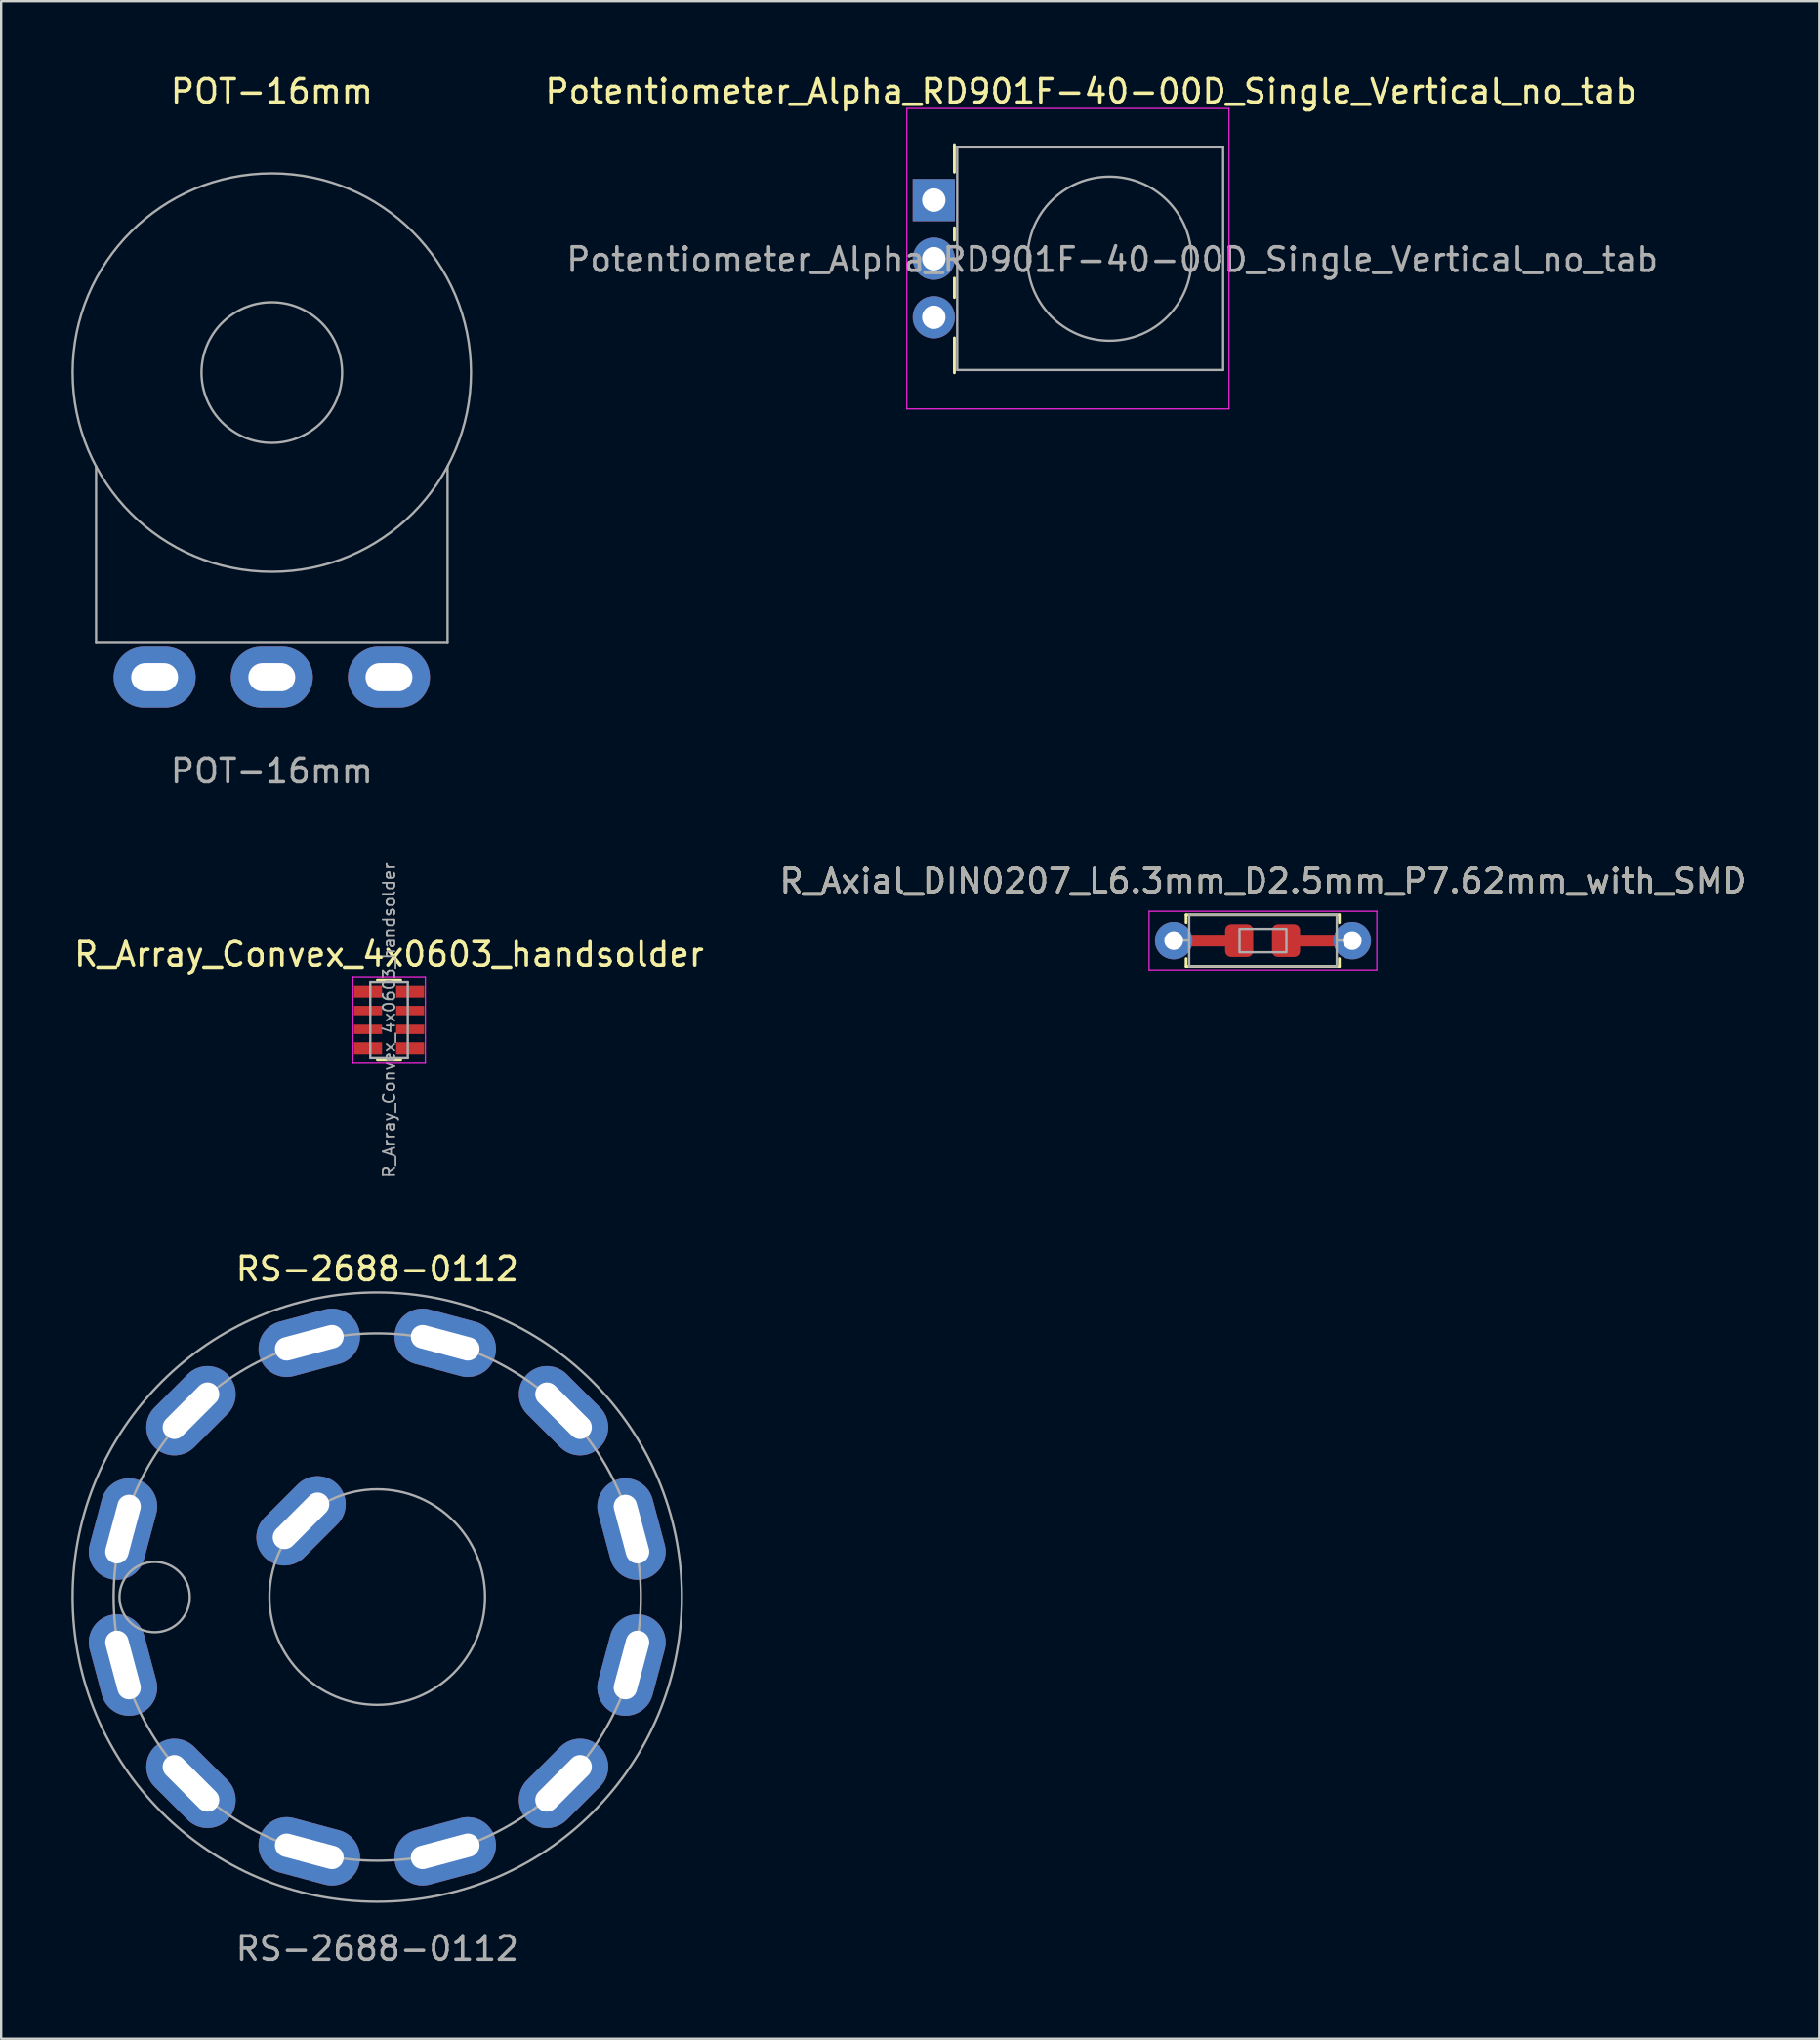
<source format=kicad_pcb>
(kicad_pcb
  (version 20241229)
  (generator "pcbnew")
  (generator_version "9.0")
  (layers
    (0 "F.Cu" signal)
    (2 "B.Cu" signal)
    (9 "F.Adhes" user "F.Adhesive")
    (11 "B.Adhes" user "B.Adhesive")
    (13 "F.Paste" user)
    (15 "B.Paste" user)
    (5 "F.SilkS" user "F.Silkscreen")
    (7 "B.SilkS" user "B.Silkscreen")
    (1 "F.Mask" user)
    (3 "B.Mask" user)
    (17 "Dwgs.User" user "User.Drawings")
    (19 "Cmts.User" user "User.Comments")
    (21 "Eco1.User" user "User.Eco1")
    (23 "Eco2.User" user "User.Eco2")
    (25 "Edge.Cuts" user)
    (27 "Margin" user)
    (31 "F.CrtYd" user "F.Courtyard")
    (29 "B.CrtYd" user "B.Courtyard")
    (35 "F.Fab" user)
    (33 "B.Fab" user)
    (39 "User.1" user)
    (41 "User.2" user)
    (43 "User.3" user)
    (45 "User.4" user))
  (footprint "POT-16mm"
    (layer "F.Cu")
    (at 8.55 12.848)
    (property "Reference" "POT-16mm" (at 0 -12 0) (unlocked yes) (layer "F.SilkS") (effects (font (size 1 1) (thickness 0.15))))
    (attr through_hole)
    (fp_line (start -7.5 11.5) (end -7.5 4) (stroke (width 0.1) (type solid)) (layer "F.Fab"))
    (fp_line (start 7.5 4) (end 7.5 11.5) (stroke (width 0.1) (type solid)) (layer "F.Fab"))
    (fp_line (start 7.5 11.5) (end -7.5 11.5) (stroke (width 0.1) (type solid)) (layer "F.Fab"))
    (fp_circle (center 0 0) (end 3 0) (stroke (width 0.1) (type solid)) (fill no) (layer "F.Fab"))
    (fp_circle (center 0 0) (end 8.5 0) (stroke (width 0.1) (type solid)) (fill no) (layer "F.Fab"))
    (fp_text user "${REFERENCE}" (at 0 17 0) (unlocked yes) (layer "F.Fab") (effects (font (size 1 1) (thickness 0.15))))
    (pad "1" thru_hole oval (at -5 13) (size 3.5 2.6) (drill oval 2 1.2) (layers "*.Cu" "*.Mask"))
    (pad "2" thru_hole oval (at 0 13) (size 3.5 2.6) (drill oval 2 1.2) (layers "*.Cu" "*.Mask"))
    (pad "3" thru_hole oval (at 5 13) (size 3.5 2.6) (drill oval 2 1.2) (layers "*.Cu" "*.Mask")))
  (footprint "Potentiometer_Alpha_RD901F-40-00D_Single_Vertical_no_tab"
    (layer "F.Cu")
    (at 36.801 5.488)
    (property "Reference" "Potentiometer_Alpha_RD901F-40-00D_Single_Vertical_no_tab" (at 6.71 -4.64 180) (layer "F.SilkS") (effects (font (size 1 1) (thickness 0.15))))
    (attr through_hole)
    (fp_line (start 0.88 -1.19) (end 0.88 -2.37) (stroke (width 0.12) (type solid)) (layer "F.SilkS"))
    (fp_line (start 0.88 1.71) (end 0.88 1.18) (stroke (width 0.12) (type solid)) (layer "F.SilkS"))
    (fp_line (start 0.88 4.16) (end 0.88 3.33) (stroke (width 0.12) (type solid)) (layer "F.SilkS"))
    (fp_line (start 0.88 7.37) (end 0.88 5.88) (stroke (width 0.12) (type solid)) (layer "F.SilkS"))
    (fp_line (start -1.15 -3.91) (end -1.15 8.91) (stroke (width 0.05) (type solid)) (layer "F.CrtYd"))
    (fp_line (start -1.15 8.91) (end 12.6 8.91) (stroke (width 0.05) (type solid)) (layer "F.CrtYd"))
    (fp_line (start 12.6 -3.91) (end -1.15 -3.91) (stroke (width 0.05) (type solid)) (layer "F.CrtYd"))
    (fp_line (start 12.6 8.91) (end 12.6 -3.91) (stroke (width 0.05) (type solid)) (layer "F.CrtYd"))
    (fp_line (start 1 -2.25) (end 12.35 -2.25) (stroke (width 0.1) (type solid)) (layer "F.Fab"))
    (fp_line (start 1 7.25) (end 1 -2.25) (stroke (width 0.1) (type solid)) (layer "F.Fab"))
    (fp_line (start 1 7.25) (end 12.35 7.25) (stroke (width 0.1) (type solid)) (layer "F.Fab"))
    (fp_line (start 12.35 7.25) (end 12.35 -2.25) (stroke (width 0.1) (type solid)) (layer "F.Fab"))
    (fp_circle (center 7.5 2.5) (end 7.5 -1) (stroke (width 0.1) (type solid)) (fill no) (layer "F.Fab"))
    (fp_text user "${REFERENCE}" (at 7.62 2.54 0) (layer "F.Fab") (effects (font (size 1 1) (thickness 0.15))))
    (pad "1" thru_hole rect (at 0 0 90) (size 1.8 1.8) (drill 1) (layers "*.Cu" "*.Mask"))
    (pad "2" thru_hole circle (at 0 2.5 90) (size 1.8 1.8) (drill 1) (layers "*.Cu" "*.Mask"))
    (pad "3" thru_hole circle (at 0 5 90) (size 1.8 1.8) (drill 1) (layers "*.Cu" "*.Mask")))
  (footprint "R_Array_Convex_4x0603_handsolder"
    (layer "F.Cu")
    (at 13.554 40.473)
    (property "Reference" "R_Array_Convex_4x0603_handsolder" (at 0 -2.8 0) (layer "F.SilkS") (effects (font (size 1 1) (thickness 0.15))))
    (attr smd)
    (fp_line (start 0.5 -1.68) (end -0.5 -1.68) (stroke (width 0.12) (type solid)) (layer "F.SilkS"))
    (fp_line (start 0.5 1.68) (end -0.5 1.68) (stroke (width 0.12) (type solid)) (layer "F.SilkS"))
    (fp_line (start -1.55 -1.85) (end -1.55 1.85) (stroke (width 0.05) (type solid)) (layer "F.CrtYd"))
    (fp_line (start -1.55 -1.85) (end 1.55 -1.85) (stroke (width 0.05) (type solid)) (layer "F.CrtYd"))
    (fp_line (start 1.55 1.85) (end -1.55 1.85) (stroke (width 0.05) (type solid)) (layer "F.CrtYd"))
    (fp_line (start 1.55 1.85) (end 1.55 -1.85) (stroke (width 0.05) (type solid)) (layer "F.CrtYd"))
    (fp_line (start -0.8 -1.6) (end 0.8 -1.6) (stroke (width 0.1) (type solid)) (layer "F.Fab"))
    (fp_line (start -0.8 1.6) (end -0.8 -1.6) (stroke (width 0.1) (type solid)) (layer "F.Fab"))
    (fp_line (start 0.8 -1.6) (end 0.8 1.6) (stroke (width 0.1) (type solid)) (layer "F.Fab"))
    (fp_line (start 0.8 1.6) (end -0.8 1.6) (stroke (width 0.1) (type solid)) (layer "F.Fab"))
    (fp_text user "${REFERENCE}" (at 0 0 90) (layer "F.Fab") (effects (font (size 0.5 0.5) (thickness 0.075))))
    (pad "1" smd rect (at -0.9 -1.2) (size 1.2 0.5) (layers "F.Cu" "F.Mask" "F.Paste"))
    (pad "2" smd rect (at -0.9 -0.4) (size 1.2 0.4) (layers "F.Cu" "F.Mask" "F.Paste"))
    (pad "3" smd rect (at -0.9 0.4) (size 1.2 0.4) (layers "F.Cu" "F.Mask" "F.Paste"))
    (pad "4" smd rect (at -0.9 1.2) (size 1.2 0.5) (layers "F.Cu" "F.Mask" "F.Paste"))
    (pad "5" smd rect (at 0.9 1.2) (size 1.2 0.5) (layers "F.Cu" "F.Mask" "F.Paste"))
    (pad "6" smd rect (at 0.9 0.4) (size 1.2 0.4) (layers "F.Cu" "F.Mask" "F.Paste"))
    (pad "7" smd rect (at 0.9 -0.4) (size 1.2 0.4) (layers "F.Cu" "F.Mask" "F.Paste"))
    (pad "8" smd rect (at 0.9 -1.2) (size 1.2 0.5) (layers "F.Cu" "F.Mask" "F.Paste")))
  (footprint "RS-2688-0112"
    (layer "F.Cu")
    (at 13.05 65.098)
    (property "Reference" "RS-2688-0112" (at 0 -14 0) (unlocked yes) (layer "F.SilkS") (effects (font (size 1 1) (thickness 0.15))))
    (attr through_hole)
    (fp_circle (center -9.5 0) (end -8 0) (stroke (width 0.1) (type solid)) (fill no) (layer "F.Fab"))
    (fp_circle (center 0 0) (end 4.6 0) (stroke (width 0.1) (type solid)) (fill no) (layer "F.Fab"))
    (fp_circle (center 0 0) (end 11.25 0) (stroke (width 0.1) (type solid)) (fill no) (layer "F.Fab"))
    (fp_circle (center 0 0) (end 13 0) (stroke (width 0.1) (type solid)) (fill no) (layer "F.Fab"))
    (fp_line (start 7.95 0) (end 7.95 7.95) (stroke (width 0.12) (type solid)) (layer "User.2"))
    (fp_line (start 7.95 7.95) (end 0 7.95) (stroke (width 0.12) (type solid)) (layer "User.2"))
    (fp_rect (start 3.253 3.253) (end 0 0) (stroke (width 0.12) (type solid)) (fill no) (layer "User.2"))
    (fp_rect (start 7.95 7.95) (end -7.95 -7.95) (stroke (width 0.12) (type solid)) (fill no) (layer "User.2"))
    (fp_arc (start 4.6 0) (mid 4.249846 1.760344) (end 3.252691 3.252691) (stroke (width 0.12) (type solid)) (layer "User.2"))
    (fp_arc (start 11.25 0) (mid 8.924127 6.849996) (end 2.908231 10.867598) (stroke (width 0.12) (type solid)) (layer "User.2"))
    (fp_arc (start 11.25 0) (mid 10.393645 4.305189) (end 7.954951 7.954951) (stroke (width 0.12) (type solid)) (layer "User.2"))
    (fp_arc (start 11.25 0) (mid 11.17147 1.375271) (end 10.914103 2.728526) (stroke (width 0.12) (type solid)) (layer "User.2"))
    (fp_text user "${REFERENCE}" (at 0 15 0) (unlocked yes) (layer "F.Fab") (effects (font (size 1 1) (thickness 0.15))))
    (pad "1" thru_hole oval (at -10.85 -2.9 165) (size 2.4 4.4) (drill oval 1 3) (layers "*.Cu" "*.Mask"))
    (pad "2" thru_hole oval (at -7.95 -7.95 135) (size 2.4 4.4) (drill oval 1 3) (layers "*.Cu" "*.Mask"))
    (pad "3" thru_hole oval (at -2.9 -10.85 105) (size 2.4 4.4) (drill oval 1 3) (layers "*.Cu" "*.Mask"))
    (pad "4" thru_hole oval (at 2.9 -10.85 75) (size 2.4 4.4) (drill oval 1 3) (layers "*.Cu" "*.Mask"))
    (pad "5" thru_hole oval (at 7.95 -7.95 45) (size 2.4 4.4) (drill oval 1 3) (layers "*.Cu" "*.Mask"))
    (pad "6" thru_hole oval (at 10.85 -2.9 15) (size 2.4 4.4) (drill oval 1 3) (layers "*.Cu" "*.Mask"))
    (pad "7" thru_hole oval (at 10.85 2.9 345) (size 2.4 4.4) (drill oval 1 3) (layers "*.Cu" "*.Mask"))
    (pad "8" thru_hole oval (at 7.95 7.95 315) (size 2.4 4.4) (drill oval 1 3) (layers "*.Cu" "*.Mask"))
    (pad "9" thru_hole oval (at 2.9 10.85 285) (size 2.4 4.4) (drill oval 1 3) (layers "*.Cu" "*.Mask"))
    (pad "10" thru_hole oval (at -2.9 10.85 255) (size 2.4 4.4) (drill oval 1 3) (layers "*.Cu" "*.Mask"))
    (pad "11" thru_hole oval (at -7.95 7.95 225) (size 2.4 4.4) (drill oval 1 3) (layers "*.Cu" "*.Mask"))
    (pad "12" thru_hole oval (at -10.85 2.9 195) (size 2.4 4.4) (drill oval 1 3) (layers "*.Cu" "*.Mask"))
    (pad "13" thru_hole oval (at -3.253 -3.253 315) (size 2.4 4.4) (drill oval 1 3) (layers "*.Cu" "*.Mask")))
  (footprint "R_Axial_DIN0207_L6.3mm_D2.5mm_P7.62mm_with_SMD"
    (layer "F.Cu")
    (at 47.041 37.085)
    (property "Reference" "R_Axial_DIN0207_L6.3mm_D2.5mm_P7.62mm_with_SMD" (at 3.81 -2.54 0) (layer "F.SilkS") (effects (font (size 1 1) (thickness 0.15))))
    (attr through_hole)
    (fp_line (start 0.53 -1.1) (end 7.07 -1.1) (stroke (width 0.12) (type solid)) (layer "F.SilkS"))
    (fp_line (start 0.53 -0.77) (end 0.53 -1.1) (stroke (width 0.12) (type solid)) (layer "F.SilkS"))
    (fp_line (start 0.53 0.77) (end 0.53 1.1) (stroke (width 0.12) (type solid)) (layer "F.SilkS"))
    (fp_line (start 0.53 1.1) (end 7.07 1.1) (stroke (width 0.12) (type solid)) (layer "F.SilkS"))
    (fp_line (start 7.07 -1.1) (end 7.07 -0.77) (stroke (width 0.12) (type solid)) (layer "F.SilkS"))
    (fp_line (start 7.07 1.1) (end 7.07 0.77) (stroke (width 0.12) (type solid)) (layer "F.SilkS"))
    (fp_line (start -1.05 -1.25) (end -1.05 1.25) (stroke (width 0.05) (type solid)) (layer "F.CrtYd"))
    (fp_line (start -1.05 1.25) (end 8.67 1.25) (stroke (width 0.05) (type solid)) (layer "F.CrtYd"))
    (fp_line (start 8.67 -1.25) (end -1.05 -1.25) (stroke (width 0.05) (type solid)) (layer "F.CrtYd"))
    (fp_line (start 8.67 1.25) (end 8.67 -1.25) (stroke (width 0.05) (type solid)) (layer "F.CrtYd"))
    (fp_line (start 0 0) (end 0.66 0) (stroke (width 0.1) (type solid)) (layer "F.Fab"))
    (fp_line (start 0.66 -1.1) (end 0.66 1.1) (stroke (width 0.1) (type solid)) (layer "F.Fab"))
    (fp_line (start 0.66 1.1) (end 6.96 1.1) (stroke (width 0.1) (type solid)) (layer "F.Fab"))
    (fp_line (start 6.96 -1.1) (end 0.66 -1.1) (stroke (width 0.1) (type solid)) (layer "F.Fab"))
    (fp_line (start 6.96 1.1) (end 6.96 -1.1) (stroke (width 0.1) (type solid)) (layer "F.Fab"))
    (fp_line (start 7.62 0) (end 6.96 0) (stroke (width 0.1) (type solid)) (layer "F.Fab"))
    (fp_rect (start 2.81 -0.5) (end 4.81 0.5) (stroke (width 0.1) (type solid)) (fill no) (layer "F.Fab"))
    (fp_text user "${REFERENCE}" (at 3.81 -2.54 0) (layer "F.Fab") (effects (font (size 1 1) (thickness 0.15))))
    (pad "1" thru_hole circle (at 0 0) (size 1.6 1.6) (drill 0.8) (layers "*.Cu" "*.Mask"))
    (pad "1" smd rect (at 1.5 0) (size 2 0.5) (layers "F.Cu" "F.Paste"))
    (pad "1" smd roundrect (at 2.794 0) (size 1.2 1.4) (layers "F.Cu" "F.Mask" "F.Paste") (roundrect_rratio 0.208))
    (pad "2" smd roundrect (at 4.794 0) (size 1.2 1.4) (layers "F.Cu" "F.Mask" "F.Paste") (roundrect_rratio 0.208))
    (pad "2" smd rect (at 6 0) (size 2 0.5) (layers "F.Cu" "F.Paste"))
    (pad "2" thru_hole oval (at 7.62 0) (size 1.6 1.6) (drill 0.8) (layers "*.Cu" "*.Mask")))
  (gr_rect
    (start -3 -3)
    (end 74.595 83.947)
    (stroke (width 0.1) (type default))
    (fill no)
    (layer "Edge.Cuts")))
</source>
